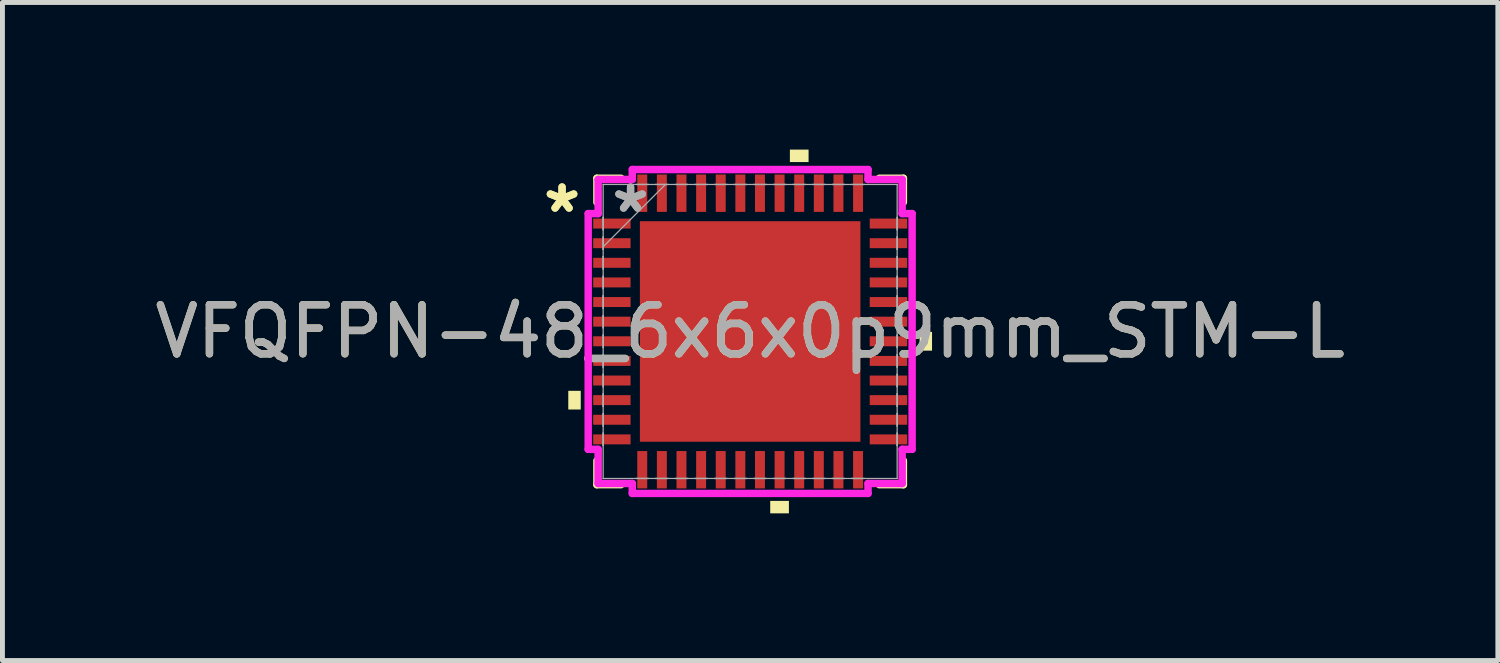
<source format=kicad_pcb>
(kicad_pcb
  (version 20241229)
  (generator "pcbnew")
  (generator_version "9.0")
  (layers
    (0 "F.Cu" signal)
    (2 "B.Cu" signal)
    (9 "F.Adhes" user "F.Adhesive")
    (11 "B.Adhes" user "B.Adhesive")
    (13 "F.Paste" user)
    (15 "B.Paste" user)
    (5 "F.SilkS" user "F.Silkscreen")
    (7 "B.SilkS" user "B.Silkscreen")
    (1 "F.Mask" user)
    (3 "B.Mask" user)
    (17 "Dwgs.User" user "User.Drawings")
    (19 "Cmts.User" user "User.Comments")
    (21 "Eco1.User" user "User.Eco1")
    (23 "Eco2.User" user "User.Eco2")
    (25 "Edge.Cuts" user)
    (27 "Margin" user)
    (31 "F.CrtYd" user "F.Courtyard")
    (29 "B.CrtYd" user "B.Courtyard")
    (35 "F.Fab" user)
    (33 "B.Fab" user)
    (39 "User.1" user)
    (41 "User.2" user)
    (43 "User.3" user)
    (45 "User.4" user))
  (footprint "VFQFPN-48_6x6x0p9mm_STM-L"
    (layer "F.Cu")
    (at 12.244 3.708)
    (property "Reference" "VFQFPN-48_6x6x0p9mm_STM-L" (at 0 0 0) (unlocked yes) (layer "F.SilkS") (effects (font (size 1 1) (thickness 0.15))))
    (attr smd)
    (fp_line (start -3.124 -3.124) (end -3.124 -2.634) (stroke (width 0.152) (type solid)) (layer "F.SilkS"))
    (fp_line (start -3.124 2.634) (end -3.124 3.124) (stroke (width 0.152) (type solid)) (layer "F.SilkS"))
    (fp_line (start -3.124 3.124) (end -2.634 3.124) (stroke (width 0.152) (type solid)) (layer "F.SilkS"))
    (fp_line (start -2.634 -3.124) (end -3.124 -3.124) (stroke (width 0.152) (type solid)) (layer "F.SilkS"))
    (fp_line (start 2.634 3.124) (end 3.124 3.124) (stroke (width 0.152) (type solid)) (layer "F.SilkS"))
    (fp_line (start 3.124 -3.124) (end 2.634 -3.124) (stroke (width 0.152) (type solid)) (layer "F.SilkS"))
    (fp_line (start 3.124 -2.634) (end 3.124 -3.124) (stroke (width 0.152) (type solid)) (layer "F.SilkS"))
    (fp_line (start 3.124 3.124) (end 3.124 2.634) (stroke (width 0.152) (type solid)) (layer "F.SilkS"))
    (fp_poly (pts (xy -3.708 1.21) (xy -3.708 1.591) (xy -3.454 1.591) (xy -3.454 1.21)) (stroke (width 0) (type solid)) (fill yes) (layer "F.SilkS"))
    (fp_poly (pts (xy 0.409 3.454) (xy 0.409 3.708) (xy 0.79 3.708) (xy 0.79 3.454)) (stroke (width 0) (type solid)) (fill yes) (layer "F.SilkS"))
    (fp_poly (pts (xy 0.81 -3.454) (xy 0.81 -3.708) (xy 1.191 -3.708) (xy 1.191 -3.454)) (stroke (width 0) (type solid)) (fill yes) (layer "F.SilkS"))
    (fp_poly (pts (xy 3.708 0.009) (xy 3.708 0.391) (xy 3.454 0.391) (xy 3.454 0.009)) (stroke (width 0) (type solid)) (fill yes) (layer "F.SilkS"))
    (fp_poly (pts (xy -2.148 -2.148) (xy -2.148 -0.849) (xy -0.849 -0.849) (xy -0.849 -2.148)) (stroke (width 0) (type solid)) (fill yes) (layer "F.Paste"))
    (fp_poly (pts (xy -2.148 -0.649) (xy -2.148 0.649) (xy -0.849 0.649) (xy -0.849 -0.649)) (stroke (width 0) (type solid)) (fill yes) (layer "F.Paste"))
    (fp_poly (pts (xy -2.148 0.849) (xy -2.148 2.148) (xy -0.849 2.148) (xy -0.849 0.849)) (stroke (width 0) (type solid)) (fill yes) (layer "F.Paste"))
    (fp_poly (pts (xy -0.649 -2.148) (xy -0.649 -0.849) (xy 0.649 -0.849) (xy 0.649 -2.148)) (stroke (width 0) (type solid)) (fill yes) (layer "F.Paste"))
    (fp_poly (pts (xy -0.649 -0.649) (xy -0.649 0.649) (xy 0.649 0.649) (xy 0.649 -0.649)) (stroke (width 0) (type solid)) (fill yes) (layer "F.Paste"))
    (fp_poly (pts (xy -0.649 0.849) (xy -0.649 2.148) (xy 0.649 2.148) (xy 0.649 0.849)) (stroke (width 0) (type solid)) (fill yes) (layer "F.Paste"))
    (fp_poly (pts (xy 0.849 -2.148) (xy 0.849 -0.849) (xy 2.148 -0.849) (xy 2.148 -2.148)) (stroke (width 0) (type solid)) (fill yes) (layer "F.Paste"))
    (fp_poly (pts (xy 0.849 -0.649) (xy 0.849 0.649) (xy 2.148 0.649) (xy 2.148 -0.649)) (stroke (width 0) (type solid)) (fill yes) (layer "F.Paste"))
    (fp_poly (pts (xy 0.849 0.849) (xy 0.849 2.148) (xy 2.148 2.148) (xy 2.148 0.849)) (stroke (width 0) (type solid)) (fill yes) (layer "F.Paste"))
    (fp_line (start -3.302 -2.403) (end -3.099 -2.403) (stroke (width 0.152) (type solid)) (layer "F.CrtYd"))
    (fp_line (start -3.302 2.403) (end -3.302 -2.403) (stroke (width 0.152) (type solid)) (layer "F.CrtYd"))
    (fp_line (start -3.099 -3.099) (end -2.403 -3.099) (stroke (width 0.152) (type solid)) (layer "F.CrtYd"))
    (fp_line (start -3.099 -2.403) (end -3.099 -3.099) (stroke (width 0.152) (type solid)) (layer "F.CrtYd"))
    (fp_line (start -3.099 2.403) (end -3.302 2.403) (stroke (width 0.152) (type solid)) (layer "F.CrtYd"))
    (fp_line (start -3.099 3.099) (end -3.099 2.403) (stroke (width 0.152) (type solid)) (layer "F.CrtYd"))
    (fp_line (start -2.403 -3.302) (end 2.403 -3.302) (stroke (width 0.152) (type solid)) (layer "F.CrtYd"))
    (fp_line (start -2.403 -3.099) (end -2.403 -3.302) (stroke (width 0.152) (type solid)) (layer "F.CrtYd"))
    (fp_line (start -2.403 3.099) (end -3.099 3.099) (stroke (width 0.152) (type solid)) (layer "F.CrtYd"))
    (fp_line (start -2.403 3.302) (end -2.403 3.099) (stroke (width 0.152) (type solid)) (layer "F.CrtYd"))
    (fp_line (start 2.403 -3.302) (end 2.403 -3.099) (stroke (width 0.152) (type solid)) (layer "F.CrtYd"))
    (fp_line (start 2.403 -3.099) (end 3.099 -3.099) (stroke (width 0.152) (type solid)) (layer "F.CrtYd"))
    (fp_line (start 2.403 3.099) (end 2.403 3.302) (stroke (width 0.152) (type solid)) (layer "F.CrtYd"))
    (fp_line (start 2.403 3.302) (end -2.403 3.302) (stroke (width 0.152) (type solid)) (layer "F.CrtYd"))
    (fp_line (start 3.099 -3.099) (end 3.099 -2.403) (stroke (width 0.152) (type solid)) (layer "F.CrtYd"))
    (fp_line (start 3.099 -2.403) (end 3.302 -2.403) (stroke (width 0.152) (type solid)) (layer "F.CrtYd"))
    (fp_line (start 3.099 2.403) (end 3.099 3.099) (stroke (width 0.152) (type solid)) (layer "F.CrtYd"))
    (fp_line (start 3.099 3.099) (end 2.403 3.099) (stroke (width 0.152) (type solid)) (layer "F.CrtYd"))
    (fp_line (start 3.302 -2.403) (end 3.302 2.403) (stroke (width 0.152) (type solid)) (layer "F.CrtYd"))
    (fp_line (start 3.302 2.403) (end 3.099 2.403) (stroke (width 0.152) (type solid)) (layer "F.CrtYd"))
    (fp_line (start -2.997 -2.997) (end -2.997 -2.997) (stroke (width 0.025) (type solid)) (layer "F.Fab"))
    (fp_line (start -2.997 -2.997) (end -2.997 2.997) (stroke (width 0.025) (type solid)) (layer "F.Fab"))
    (fp_line (start -2.997 -2.327) (end -2.997 -2.327) (stroke (width 0.025) (type solid)) (layer "F.Fab"))
    (fp_line (start -2.997 -2.327) (end -2.997 -2.073) (stroke (width 0.025) (type solid)) (layer "F.Fab"))
    (fp_line (start -2.997 -2.073) (end -2.997 -2.327) (stroke (width 0.025) (type solid)) (layer "F.Fab"))
    (fp_line (start -2.997 -2.073) (end -2.997 -2.073) (stroke (width 0.025) (type solid)) (layer "F.Fab"))
    (fp_line (start -2.997 -1.927) (end -2.997 -1.927) (stroke (width 0.025) (type solid)) (layer "F.Fab"))
    (fp_line (start -2.997 -1.927) (end -2.997 -1.673) (stroke (width 0.025) (type solid)) (layer "F.Fab"))
    (fp_line (start -2.997 -1.727) (end -1.727 -2.997) (stroke (width 0.025) (type solid)) (layer "F.Fab"))
    (fp_line (start -2.997 -1.673) (end -2.997 -1.927) (stroke (width 0.025) (type solid)) (layer "F.Fab"))
    (fp_line (start -2.997 -1.673) (end -2.997 -1.673) (stroke (width 0.025) (type solid)) (layer "F.Fab"))
    (fp_line (start -2.997 -1.527) (end -2.997 -1.527) (stroke (width 0.025) (type solid)) (layer "F.Fab"))
    (fp_line (start -2.997 -1.527) (end -2.997 -1.273) (stroke (width 0.025) (type solid)) (layer "F.Fab"))
    (fp_line (start -2.997 -1.273) (end -2.997 -1.527) (stroke (width 0.025) (type solid)) (layer "F.Fab"))
    (fp_line (start -2.997 -1.273) (end -2.997 -1.273) (stroke (width 0.025) (type solid)) (layer "F.Fab"))
    (fp_line (start -2.997 -1.127) (end -2.997 -1.127) (stroke (width 0.025) (type solid)) (layer "F.Fab"))
    (fp_line (start -2.997 -1.127) (end -2.997 -0.873) (stroke (width 0.025) (type solid)) (layer "F.Fab"))
    (fp_line (start -2.997 -0.873) (end -2.997 -1.127) (stroke (width 0.025) (type solid)) (layer "F.Fab"))
    (fp_line (start -2.997 -0.873) (end -2.997 -0.873) (stroke (width 0.025) (type solid)) (layer "F.Fab"))
    (fp_line (start -2.997 -0.727) (end -2.997 -0.727) (stroke (width 0.025) (type solid)) (layer "F.Fab"))
    (fp_line (start -2.997 -0.727) (end -2.997 -0.473) (stroke (width 0.025) (type solid)) (layer "F.Fab"))
    (fp_line (start -2.997 -0.473) (end -2.997 -0.727) (stroke (width 0.025) (type solid)) (layer "F.Fab"))
    (fp_line (start -2.997 -0.473) (end -2.997 -0.473) (stroke (width 0.025) (type solid)) (layer "F.Fab"))
    (fp_line (start -2.997 -0.327) (end -2.997 -0.327) (stroke (width 0.025) (type solid)) (layer "F.Fab"))
    (fp_line (start -2.997 -0.327) (end -2.997 -0.073) (stroke (width 0.025) (type solid)) (layer "F.Fab"))
    (fp_line (start -2.997 -0.073) (end -2.997 -0.327) (stroke (width 0.025) (type solid)) (layer "F.Fab"))
    (fp_line (start -2.997 -0.073) (end -2.997 -0.073) (stroke (width 0.025) (type solid)) (layer "F.Fab"))
    (fp_line (start -2.997 0.073) (end -2.997 0.073) (stroke (width 0.025) (type solid)) (layer "F.Fab"))
    (fp_line (start -2.997 0.073) (end -2.997 0.327) (stroke (width 0.025) (type solid)) (layer "F.Fab"))
    (fp_line (start -2.997 0.327) (end -2.997 0.073) (stroke (width 0.025) (type solid)) (layer "F.Fab"))
    (fp_line (start -2.997 0.327) (end -2.997 0.327) (stroke (width 0.025) (type solid)) (layer "F.Fab"))
    (fp_line (start -2.997 0.473) (end -2.997 0.473) (stroke (width 0.025) (type solid)) (layer "F.Fab"))
    (fp_line (start -2.997 0.473) (end -2.997 0.727) (stroke (width 0.025) (type solid)) (layer "F.Fab"))
    (fp_line (start -2.997 0.727) (end -2.997 0.473) (stroke (width 0.025) (type solid)) (layer "F.Fab"))
    (fp_line (start -2.997 0.727) (end -2.997 0.727) (stroke (width 0.025) (type solid)) (layer "F.Fab"))
    (fp_line (start -2.997 0.873) (end -2.997 0.873) (stroke (width 0.025) (type solid)) (layer "F.Fab"))
    (fp_line (start -2.997 0.873) (end -2.997 1.127) (stroke (width 0.025) (type solid)) (layer "F.Fab"))
    (fp_line (start -2.997 1.127) (end -2.997 0.873) (stroke (width 0.025) (type solid)) (layer "F.Fab"))
    (fp_line (start -2.997 1.127) (end -2.997 1.127) (stroke (width 0.025) (type solid)) (layer "F.Fab"))
    (fp_line (start -2.997 1.273) (end -2.997 1.273) (stroke (width 0.025) (type solid)) (layer "F.Fab"))
    (fp_line (start -2.997 1.273) (end -2.997 1.527) (stroke (width 0.025) (type solid)) (layer "F.Fab"))
    (fp_line (start -2.997 1.527) (end -2.997 1.273) (stroke (width 0.025) (type solid)) (layer "F.Fab"))
    (fp_line (start -2.997 1.527) (end -2.997 1.527) (stroke (width 0.025) (type solid)) (layer "F.Fab"))
    (fp_line (start -2.997 1.673) (end -2.997 1.673) (stroke (width 0.025) (type solid)) (layer "F.Fab"))
    (fp_line (start -2.997 1.673) (end -2.997 1.927) (stroke (width 0.025) (type solid)) (layer "F.Fab"))
    (fp_line (start -2.997 1.927) (end -2.997 1.673) (stroke (width 0.025) (type solid)) (layer "F.Fab"))
    (fp_line (start -2.997 1.927) (end -2.997 1.927) (stroke (width 0.025) (type solid)) (layer "F.Fab"))
    (fp_line (start -2.997 2.073) (end -2.997 2.073) (stroke (width 0.025) (type solid)) (layer "F.Fab"))
    (fp_line (start -2.997 2.073) (end -2.997 2.327) (stroke (width 0.025) (type solid)) (layer "F.Fab"))
    (fp_line (start -2.997 2.327) (end -2.997 2.073) (stroke (width 0.025) (type solid)) (layer "F.Fab"))
    (fp_line (start -2.997 2.327) (end -2.997 2.327) (stroke (width 0.025) (type solid)) (layer "F.Fab"))
    (fp_line (start -2.997 2.997) (end -2.997 2.997) (stroke (width 0.025) (type solid)) (layer "F.Fab"))
    (fp_line (start -2.997 2.997) (end 2.997 2.997) (stroke (width 0.025) (type solid)) (layer "F.Fab"))
    (fp_line (start -2.327 -2.997) (end -2.327 -2.997) (stroke (width 0.025) (type solid)) (layer "F.Fab"))
    (fp_line (start -2.327 -2.997) (end -2.073 -2.997) (stroke (width 0.025) (type solid)) (layer "F.Fab"))
    (fp_line (start -2.327 2.997) (end -2.327 2.997) (stroke (width 0.025) (type solid)) (layer "F.Fab"))
    (fp_line (start -2.327 2.997) (end -2.073 2.997) (stroke (width 0.025) (type solid)) (layer "F.Fab"))
    (fp_line (start -2.073 -2.997) (end -2.327 -2.997) (stroke (width 0.025) (type solid)) (layer "F.Fab"))
    (fp_line (start -2.073 -2.997) (end -2.073 -2.997) (stroke (width 0.025) (type solid)) (layer "F.Fab"))
    (fp_line (start -2.073 2.997) (end -2.327 2.997) (stroke (width 0.025) (type solid)) (layer "F.Fab"))
    (fp_line (start -2.073 2.997) (end -2.073 2.997) (stroke (width 0.025) (type solid)) (layer "F.Fab"))
    (fp_line (start -1.927 -2.997) (end -1.927 -2.997) (stroke (width 0.025) (type solid)) (layer "F.Fab"))
    (fp_line (start -1.927 -2.997) (end -1.673 -2.997) (stroke (width 0.025) (type solid)) (layer "F.Fab"))
    (fp_line (start -1.927 2.997) (end -1.927 2.997) (stroke (width 0.025) (type solid)) (layer "F.Fab"))
    (fp_line (start -1.927 2.997) (end -1.673 2.997) (stroke (width 0.025) (type solid)) (layer "F.Fab"))
    (fp_line (start -1.673 -2.997) (end -1.927 -2.997) (stroke (width 0.025) (type solid)) (layer "F.Fab"))
    (fp_line (start -1.673 -2.997) (end -1.673 -2.997) (stroke (width 0.025) (type solid)) (layer "F.Fab"))
    (fp_line (start -1.673 2.997) (end -1.927 2.997) (stroke (width 0.025) (type solid)) (layer "F.Fab"))
    (fp_line (start -1.673 2.997) (end -1.673 2.997) (stroke (width 0.025) (type solid)) (layer "F.Fab"))
    (fp_line (start -1.527 -2.997) (end -1.527 -2.997) (stroke (width 0.025) (type solid)) (layer "F.Fab"))
    (fp_line (start -1.527 -2.997) (end -1.273 -2.997) (stroke (width 0.025) (type solid)) (layer "F.Fab"))
    (fp_line (start -1.527 2.997) (end -1.527 2.997) (stroke (width 0.025) (type solid)) (layer "F.Fab"))
    (fp_line (start -1.527 2.997) (end -1.273 2.997) (stroke (width 0.025) (type solid)) (layer "F.Fab"))
    (fp_line (start -1.273 -2.997) (end -1.527 -2.997) (stroke (width 0.025) (type solid)) (layer "F.Fab"))
    (fp_line (start -1.273 -2.997) (end -1.273 -2.997) (stroke (width 0.025) (type solid)) (layer "F.Fab"))
    (fp_line (start -1.273 2.997) (end -1.527 2.997) (stroke (width 0.025) (type solid)) (layer "F.Fab"))
    (fp_line (start -1.273 2.997) (end -1.273 2.997) (stroke (width 0.025) (type solid)) (layer "F.Fab"))
    (fp_line (start -1.127 -2.997) (end -1.127 -2.997) (stroke (width 0.025) (type solid)) (layer "F.Fab"))
    (fp_line (start -1.127 -2.997) (end -0.873 -2.997) (stroke (width 0.025) (type solid)) (layer "F.Fab"))
    (fp_line (start -1.127 2.997) (end -1.127 2.997) (stroke (width 0.025) (type solid)) (layer "F.Fab"))
    (fp_line (start -1.127 2.997) (end -0.873 2.997) (stroke (width 0.025) (type solid)) (layer "F.Fab"))
    (fp_line (start -0.873 -2.997) (end -1.127 -2.997) (stroke (width 0.025) (type solid)) (layer "F.Fab"))
    (fp_line (start -0.873 -2.997) (end -0.873 -2.997) (stroke (width 0.025) (type solid)) (layer "F.Fab"))
    (fp_line (start -0.873 2.997) (end -1.127 2.997) (stroke (width 0.025) (type solid)) (layer "F.Fab"))
    (fp_line (start -0.873 2.997) (end -0.873 2.997) (stroke (width 0.025) (type solid)) (layer "F.Fab"))
    (fp_line (start -0.727 -2.997) (end -0.727 -2.997) (stroke (width 0.025) (type solid)) (layer "F.Fab"))
    (fp_line (start -0.727 -2.997) (end -0.473 -2.997) (stroke (width 0.025) (type solid)) (layer "F.Fab"))
    (fp_line (start -0.727 2.997) (end -0.727 2.997) (stroke (width 0.025) (type solid)) (layer "F.Fab"))
    (fp_line (start -0.727 2.997) (end -0.473 2.997) (stroke (width 0.025) (type solid)) (layer "F.Fab"))
    (fp_line (start -0.473 -2.997) (end -0.727 -2.997) (stroke (width 0.025) (type solid)) (layer "F.Fab"))
    (fp_line (start -0.473 -2.997) (end -0.473 -2.997) (stroke (width 0.025) (type solid)) (layer "F.Fab"))
    (fp_line (start -0.473 2.997) (end -0.727 2.997) (stroke (width 0.025) (type solid)) (layer "F.Fab"))
    (fp_line (start -0.473 2.997) (end -0.473 2.997) (stroke (width 0.025) (type solid)) (layer "F.Fab"))
    (fp_line (start -0.327 -2.997) (end -0.327 -2.997) (stroke (width 0.025) (type solid)) (layer "F.Fab"))
    (fp_line (start -0.327 -2.997) (end -0.073 -2.997) (stroke (width 0.025) (type solid)) (layer "F.Fab"))
    (fp_line (start -0.327 2.997) (end -0.327 2.997) (stroke (width 0.025) (type solid)) (layer "F.Fab"))
    (fp_line (start -0.327 2.997) (end -0.073 2.997) (stroke (width 0.025) (type solid)) (layer "F.Fab"))
    (fp_line (start -0.073 -2.997) (end -0.327 -2.997) (stroke (width 0.025) (type solid)) (layer "F.Fab"))
    (fp_line (start -0.073 -2.997) (end -0.073 -2.997) (stroke (width 0.025) (type solid)) (layer "F.Fab"))
    (fp_line (start -0.073 2.997) (end -0.327 2.997) (stroke (width 0.025) (type solid)) (layer "F.Fab"))
    (fp_line (start -0.073 2.997) (end -0.073 2.997) (stroke (width 0.025) (type solid)) (layer "F.Fab"))
    (fp_line (start 0.073 -2.997) (end 0.073 -2.997) (stroke (width 0.025) (type solid)) (layer "F.Fab"))
    (fp_line (start 0.073 -2.997) (end 0.327 -2.997) (stroke (width 0.025) (type solid)) (layer "F.Fab"))
    (fp_line (start 0.073 2.997) (end 0.073 2.997) (stroke (width 0.025) (type solid)) (layer "F.Fab"))
    (fp_line (start 0.073 2.997) (end 0.327 2.997) (stroke (width 0.025) (type solid)) (layer "F.Fab"))
    (fp_line (start 0.327 -2.997) (end 0.073 -2.997) (stroke (width 0.025) (type solid)) (layer "F.Fab"))
    (fp_line (start 0.327 -2.997) (end 0.327 -2.997) (stroke (width 0.025) (type solid)) (layer "F.Fab"))
    (fp_line (start 0.327 2.997) (end 0.073 2.997) (stroke (width 0.025) (type solid)) (layer "F.Fab"))
    (fp_line (start 0.327 2.997) (end 0.327 2.997) (stroke (width 0.025) (type solid)) (layer "F.Fab"))
    (fp_line (start 0.473 -2.997) (end 0.473 -2.997) (stroke (width 0.025) (type solid)) (layer "F.Fab"))
    (fp_line (start 0.473 -2.997) (end 0.727 -2.997) (stroke (width 0.025) (type solid)) (layer "F.Fab"))
    (fp_line (start 0.473 2.997) (end 0.473 2.997) (stroke (width 0.025) (type solid)) (layer "F.Fab"))
    (fp_line (start 0.473 2.997) (end 0.727 2.997) (stroke (width 0.025) (type solid)) (layer "F.Fab"))
    (fp_line (start 0.727 -2.997) (end 0.473 -2.997) (stroke (width 0.025) (type solid)) (layer "F.Fab"))
    (fp_line (start 0.727 -2.997) (end 0.727 -2.997) (stroke (width 0.025) (type solid)) (layer "F.Fab"))
    (fp_line (start 0.727 2.997) (end 0.473 2.997) (stroke (width 0.025) (type solid)) (layer "F.Fab"))
    (fp_line (start 0.727 2.997) (end 0.727 2.997) (stroke (width 0.025) (type solid)) (layer "F.Fab"))
    (fp_line (start 0.873 -2.997) (end 0.873 -2.997) (stroke (width 0.025) (type solid)) (layer "F.Fab"))
    (fp_line (start 0.873 -2.997) (end 1.127 -2.997) (stroke (width 0.025) (type solid)) (layer "F.Fab"))
    (fp_line (start 0.873 2.997) (end 0.873 2.997) (stroke (width 0.025) (type solid)) (layer "F.Fab"))
    (fp_line (start 0.873 2.997) (end 1.127 2.997) (stroke (width 0.025) (type solid)) (layer "F.Fab"))
    (fp_line (start 1.127 -2.997) (end 0.873 -2.997) (stroke (width 0.025) (type solid)) (layer "F.Fab"))
    (fp_line (start 1.127 -2.997) (end 1.127 -2.997) (stroke (width 0.025) (type solid)) (layer "F.Fab"))
    (fp_line (start 1.127 2.997) (end 0.873 2.997) (stroke (width 0.025) (type solid)) (layer "F.Fab"))
    (fp_line (start 1.127 2.997) (end 1.127 2.997) (stroke (width 0.025) (type solid)) (layer "F.Fab"))
    (fp_line (start 1.273 -2.997) (end 1.273 -2.997) (stroke (width 0.025) (type solid)) (layer "F.Fab"))
    (fp_line (start 1.273 -2.997) (end 1.527 -2.997) (stroke (width 0.025) (type solid)) (layer "F.Fab"))
    (fp_line (start 1.273 2.997) (end 1.273 2.997) (stroke (width 0.025) (type solid)) (layer "F.Fab"))
    (fp_line (start 1.273 2.997) (end 1.527 2.997) (stroke (width 0.025) (type solid)) (layer "F.Fab"))
    (fp_line (start 1.527 -2.997) (end 1.273 -2.997) (stroke (width 0.025) (type solid)) (layer "F.Fab"))
    (fp_line (start 1.527 -2.997) (end 1.527 -2.997) (stroke (width 0.025) (type solid)) (layer "F.Fab"))
    (fp_line (start 1.527 2.997) (end 1.273 2.997) (stroke (width 0.025) (type solid)) (layer "F.Fab"))
    (fp_line (start 1.527 2.997) (end 1.527 2.997) (stroke (width 0.025) (type solid)) (layer "F.Fab"))
    (fp_line (start 1.673 -2.997) (end 1.673 -2.997) (stroke (width 0.025) (type solid)) (layer "F.Fab"))
    (fp_line (start 1.673 -2.997) (end 1.927 -2.997) (stroke (width 0.025) (type solid)) (layer "F.Fab"))
    (fp_line (start 1.673 2.997) (end 1.673 2.997) (stroke (width 0.025) (type solid)) (layer "F.Fab"))
    (fp_line (start 1.673 2.997) (end 1.927 2.997) (stroke (width 0.025) (type solid)) (layer "F.Fab"))
    (fp_line (start 1.927 -2.997) (end 1.673 -2.997) (stroke (width 0.025) (type solid)) (layer "F.Fab"))
    (fp_line (start 1.927 -2.997) (end 1.927 -2.997) (stroke (width 0.025) (type solid)) (layer "F.Fab"))
    (fp_line (start 1.927 2.997) (end 1.673 2.997) (stroke (width 0.025) (type solid)) (layer "F.Fab"))
    (fp_line (start 1.927 2.997) (end 1.927 2.997) (stroke (width 0.025) (type solid)) (layer "F.Fab"))
    (fp_line (start 2.073 -2.997) (end 2.073 -2.997) (stroke (width 0.025) (type solid)) (layer "F.Fab"))
    (fp_line (start 2.073 -2.997) (end 2.327 -2.997) (stroke (width 0.025) (type solid)) (layer "F.Fab"))
    (fp_line (start 2.073 2.997) (end 2.073 2.997) (stroke (width 0.025) (type solid)) (layer "F.Fab"))
    (fp_line (start 2.073 2.997) (end 2.327 2.997) (stroke (width 0.025) (type solid)) (layer "F.Fab"))
    (fp_line (start 2.327 -2.997) (end 2.073 -2.997) (stroke (width 0.025) (type solid)) (layer "F.Fab"))
    (fp_line (start 2.327 -2.997) (end 2.327 -2.997) (stroke (width 0.025) (type solid)) (layer "F.Fab"))
    (fp_line (start 2.327 2.997) (end 2.073 2.997) (stroke (width 0.025) (type solid)) (layer "F.Fab"))
    (fp_line (start 2.327 2.997) (end 2.327 2.997) (stroke (width 0.025) (type solid)) (layer "F.Fab"))
    (fp_line (start 2.997 -2.997) (end -2.997 -2.997) (stroke (width 0.025) (type solid)) (layer "F.Fab"))
    (fp_line (start 2.997 -2.997) (end 2.997 -2.997) (stroke (width 0.025) (type solid)) (layer "F.Fab"))
    (fp_line (start 2.997 -2.327) (end 2.997 -2.327) (stroke (width 0.025) (type solid)) (layer "F.Fab"))
    (fp_line (start 2.997 -2.327) (end 2.997 -2.073) (stroke (width 0.025) (type solid)) (layer "F.Fab"))
    (fp_line (start 2.997 -2.073) (end 2.997 -2.327) (stroke (width 0.025) (type solid)) (layer "F.Fab"))
    (fp_line (start 2.997 -2.073) (end 2.997 -2.073) (stroke (width 0.025) (type solid)) (layer "F.Fab"))
    (fp_line (start 2.997 -1.927) (end 2.997 -1.927) (stroke (width 0.025) (type solid)) (layer "F.Fab"))
    (fp_line (start 2.997 -1.927) (end 2.997 -1.673) (stroke (width 0.025) (type solid)) (layer "F.Fab"))
    (fp_line (start 2.997 -1.673) (end 2.997 -1.927) (stroke (width 0.025) (type solid)) (layer "F.Fab"))
    (fp_line (start 2.997 -1.673) (end 2.997 -1.673) (stroke (width 0.025) (type solid)) (layer "F.Fab"))
    (fp_line (start 2.997 -1.527) (end 2.997 -1.527) (stroke (width 0.025) (type solid)) (layer "F.Fab"))
    (fp_line (start 2.997 -1.527) (end 2.997 -1.273) (stroke (width 0.025) (type solid)) (layer "F.Fab"))
    (fp_line (start 2.997 -1.273) (end 2.997 -1.527) (stroke (width 0.025) (type solid)) (layer "F.Fab"))
    (fp_line (start 2.997 -1.273) (end 2.997 -1.273) (stroke (width 0.025) (type solid)) (layer "F.Fab"))
    (fp_line (start 2.997 -1.127) (end 2.997 -1.127) (stroke (width 0.025) (type solid)) (layer "F.Fab"))
    (fp_line (start 2.997 -1.127) (end 2.997 -0.873) (stroke (width 0.025) (type solid)) (layer "F.Fab"))
    (fp_line (start 2.997 -0.873) (end 2.997 -1.127) (stroke (width 0.025) (type solid)) (layer "F.Fab"))
    (fp_line (start 2.997 -0.873) (end 2.997 -0.873) (stroke (width 0.025) (type solid)) (layer "F.Fab"))
    (fp_line (start 2.997 -0.727) (end 2.997 -0.727) (stroke (width 0.025) (type solid)) (layer "F.Fab"))
    (fp_line (start 2.997 -0.727) (end 2.997 -0.473) (stroke (width 0.025) (type solid)) (layer "F.Fab"))
    (fp_line (start 2.997 -0.473) (end 2.997 -0.727) (stroke (width 0.025) (type solid)) (layer "F.Fab"))
    (fp_line (start 2.997 -0.473) (end 2.997 -0.473) (stroke (width 0.025) (type solid)) (layer "F.Fab"))
    (fp_line (start 2.997 -0.327) (end 2.997 -0.327) (stroke (width 0.025) (type solid)) (layer "F.Fab"))
    (fp_line (start 2.997 -0.327) (end 2.997 -0.073) (stroke (width 0.025) (type solid)) (layer "F.Fab"))
    (fp_line (start 2.997 -0.073) (end 2.997 -0.327) (stroke (width 0.025) (type solid)) (layer "F.Fab"))
    (fp_line (start 2.997 -0.073) (end 2.997 -0.073) (stroke (width 0.025) (type solid)) (layer "F.Fab"))
    (fp_line (start 2.997 0.073) (end 2.997 0.073) (stroke (width 0.025) (type solid)) (layer "F.Fab"))
    (fp_line (start 2.997 0.073) (end 2.997 0.327) (stroke (width 0.025) (type solid)) (layer "F.Fab"))
    (fp_line (start 2.997 0.327) (end 2.997 0.073) (stroke (width 0.025) (type solid)) (layer "F.Fab"))
    (fp_line (start 2.997 0.327) (end 2.997 0.327) (stroke (width 0.025) (type solid)) (layer "F.Fab"))
    (fp_line (start 2.997 0.473) (end 2.997 0.473) (stroke (width 0.025) (type solid)) (layer "F.Fab"))
    (fp_line (start 2.997 0.473) (end 2.997 0.727) (stroke (width 0.025) (type solid)) (layer "F.Fab"))
    (fp_line (start 2.997 0.727) (end 2.997 0.473) (stroke (width 0.025) (type solid)) (layer "F.Fab"))
    (fp_line (start 2.997 0.727) (end 2.997 0.727) (stroke (width 0.025) (type solid)) (layer "F.Fab"))
    (fp_line (start 2.997 0.873) (end 2.997 0.873) (stroke (width 0.025) (type solid)) (layer "F.Fab"))
    (fp_line (start 2.997 0.873) (end 2.997 1.127) (stroke (width 0.025) (type solid)) (layer "F.Fab"))
    (fp_line (start 2.997 1.127) (end 2.997 0.873) (stroke (width 0.025) (type solid)) (layer "F.Fab"))
    (fp_line (start 2.997 1.127) (end 2.997 1.127) (stroke (width 0.025) (type solid)) (layer "F.Fab"))
    (fp_line (start 2.997 1.273) (end 2.997 1.273) (stroke (width 0.025) (type solid)) (layer "F.Fab"))
    (fp_line (start 2.997 1.273) (end 2.997 1.527) (stroke (width 0.025) (type solid)) (layer "F.Fab"))
    (fp_line (start 2.997 1.527) (end 2.997 1.273) (stroke (width 0.025) (type solid)) (layer "F.Fab"))
    (fp_line (start 2.997 1.527) (end 2.997 1.527) (stroke (width 0.025) (type solid)) (layer "F.Fab"))
    (fp_line (start 2.997 1.673) (end 2.997 1.673) (stroke (width 0.025) (type solid)) (layer "F.Fab"))
    (fp_line (start 2.997 1.673) (end 2.997 1.927) (stroke (width 0.025) (type solid)) (layer "F.Fab"))
    (fp_line (start 2.997 1.927) (end 2.997 1.673) (stroke (width 0.025) (type solid)) (layer "F.Fab"))
    (fp_line (start 2.997 1.927) (end 2.997 1.927) (stroke (width 0.025) (type solid)) (layer "F.Fab"))
    (fp_line (start 2.997 2.073) (end 2.997 2.073) (stroke (width 0.025) (type solid)) (layer "F.Fab"))
    (fp_line (start 2.997 2.073) (end 2.997 2.327) (stroke (width 0.025) (type solid)) (layer "F.Fab"))
    (fp_line (start 2.997 2.327) (end 2.997 2.073) (stroke (width 0.025) (type solid)) (layer "F.Fab"))
    (fp_line (start 2.997 2.327) (end 2.997 2.327) (stroke (width 0.025) (type solid)) (layer "F.Fab"))
    (fp_line (start 2.997 2.997) (end 2.997 -2.997) (stroke (width 0.025) (type solid)) (layer "F.Fab"))
    (fp_line (start 2.997 2.997) (end 2.997 2.997) (stroke (width 0.025) (type solid)) (layer "F.Fab"))
    (fp_text user "*" (at -3.835 -2.4 0) (layer "F.SilkS") (effects (font (size 1 1) (thickness 0.15))))
    (fp_text user "*" (at -3.835 -2.4 0) (unlocked yes) (layer "F.SilkS") (effects (font (size 1 1) (thickness 0.15))))
    (fp_text user "*" (at -2.438 -2.4 0) (layer "F.Fab") (effects (font (size 1 1) (thickness 0.15))))
    (fp_text user "*" (at -2.438 -2.4 0) (unlocked yes) (layer "F.Fab") (effects (font (size 1 1) (thickness 0.15))))
    (fp_text user "${REFERENCE}" (at 0 0 0) (unlocked yes) (layer "F.Fab") (effects (font (size 1 1) (thickness 0.15))))
    (pad "1" smd rect (at -2.819 -2.2 90) (size 0.203 0.762) (layers "F.Cu" "F.Mask" "F.Paste"))
    (pad "2" smd rect (at -2.819 -1.8 90) (size 0.203 0.762) (layers "F.Cu" "F.Mask" "F.Paste"))
    (pad "3" smd rect (at -2.819 -1.4 90) (size 0.203 0.762) (layers "F.Cu" "F.Mask" "F.Paste"))
    (pad "4" smd rect (at -2.819 -1 90) (size 0.203 0.762) (layers "F.Cu" "F.Mask" "F.Paste"))
    (pad "5" smd rect (at -2.819 -0.6 90) (size 0.203 0.762) (layers "F.Cu" "F.Mask" "F.Paste"))
    (pad "6" smd rect (at -2.819 -0.2 90) (size 0.203 0.762) (layers "F.Cu" "F.Mask" "F.Paste"))
    (pad "7" smd rect (at -2.819 0.2 90) (size 0.203 0.762) (layers "F.Cu" "F.Mask" "F.Paste"))
    (pad "8" smd rect (at -2.819 0.6 90) (size 0.203 0.762) (layers "F.Cu" "F.Mask" "F.Paste"))
    (pad "9" smd rect (at -2.819 1 90) (size 0.203 0.762) (layers "F.Cu" "F.Mask" "F.Paste"))
    (pad "10" smd rect (at -2.819 1.4 90) (size 0.203 0.762) (layers "F.Cu" "F.Mask" "F.Paste"))
    (pad "11" smd rect (at -2.819 1.8 90) (size 0.203 0.762) (layers "F.Cu" "F.Mask" "F.Paste"))
    (pad "12" smd rect (at -2.819 2.2 90) (size 0.203 0.762) (layers "F.Cu" "F.Mask" "F.Paste"))
    (pad "13" smd rect (at -2.2 2.819) (size 0.203 0.762) (layers "F.Cu" "F.Mask" "F.Paste"))
    (pad "14" smd rect (at -1.8 2.819) (size 0.203 0.762) (layers "F.Cu" "F.Mask" "F.Paste"))
    (pad "15" smd rect (at -1.4 2.819) (size 0.203 0.762) (layers "F.Cu" "F.Mask" "F.Paste"))
    (pad "16" smd rect (at -1 2.819) (size 0.203 0.762) (layers "F.Cu" "F.Mask" "F.Paste"))
    (pad "17" smd rect (at -0.6 2.819) (size 0.203 0.762) (layers "F.Cu" "F.Mask" "F.Paste"))
    (pad "18" smd rect (at -0.2 2.819) (size 0.203 0.762) (layers "F.Cu" "F.Mask" "F.Paste"))
    (pad "19" smd rect (at 0.2 2.819) (size 0.203 0.762) (layers "F.Cu" "F.Mask" "F.Paste"))
    (pad "20" smd rect (at 0.6 2.819) (size 0.203 0.762) (layers "F.Cu" "F.Mask" "F.Paste"))
    (pad "21" smd rect (at 1 2.819) (size 0.203 0.762) (layers "F.Cu" "F.Mask" "F.Paste"))
    (pad "22" smd rect (at 1.4 2.819) (size 0.203 0.762) (layers "F.Cu" "F.Mask" "F.Paste"))
    (pad "23" smd rect (at 1.8 2.819) (size 0.203 0.762) (layers "F.Cu" "F.Mask" "F.Paste"))
    (pad "24" smd rect (at 2.2 2.819) (size 0.203 0.762) (layers "F.Cu" "F.Mask" "F.Paste"))
    (pad "25" smd rect (at 2.819 2.2 90) (size 0.203 0.762) (layers "F.Cu" "F.Mask" "F.Paste"))
    (pad "26" smd rect (at 2.819 1.8 90) (size 0.203 0.762) (layers "F.Cu" "F.Mask" "F.Paste"))
    (pad "27" smd rect (at 2.819 1.4 90) (size 0.203 0.762) (layers "F.Cu" "F.Mask" "F.Paste"))
    (pad "28" smd rect (at 2.819 1 90) (size 0.203 0.762) (layers "F.Cu" "F.Mask" "F.Paste"))
    (pad "29" smd rect (at 2.819 0.6 90) (size 0.203 0.762) (layers "F.Cu" "F.Mask" "F.Paste"))
    (pad "30" smd rect (at 2.819 0.2 90) (size 0.203 0.762) (layers "F.Cu" "F.Mask" "F.Paste"))
    (pad "31" smd rect (at 2.819 -0.2 90) (size 0.203 0.762) (layers "F.Cu" "F.Mask" "F.Paste"))
    (pad "32" smd rect (at 2.819 -0.6 90) (size 0.203 0.762) (layers "F.Cu" "F.Mask" "F.Paste"))
    (pad "33" smd rect (at 2.819 -1 90) (size 0.203 0.762) (layers "F.Cu" "F.Mask" "F.Paste"))
    (pad "34" smd rect (at 2.819 -1.4 90) (size 0.203 0.762) (layers "F.Cu" "F.Mask" "F.Paste"))
    (pad "35" smd rect (at 2.819 -1.8 90) (size 0.203 0.762) (layers "F.Cu" "F.Mask" "F.Paste"))
    (pad "36" smd rect (at 2.819 -2.2 90) (size 0.203 0.762) (layers "F.Cu" "F.Mask" "F.Paste"))
    (pad "37" smd rect (at 2.2 -2.819) (size 0.203 0.762) (layers "F.Cu" "F.Mask" "F.Paste"))
    (pad "38" smd rect (at 1.8 -2.819) (size 0.203 0.762) (layers "F.Cu" "F.Mask" "F.Paste"))
    (pad "39" smd rect (at 1.4 -2.819) (size 0.203 0.762) (layers "F.Cu" "F.Mask" "F.Paste"))
    (pad "40" smd rect (at 1 -2.819) (size 0.203 0.762) (layers "F.Cu" "F.Mask" "F.Paste"))
    (pad "41" smd rect (at 0.6 -2.819) (size 0.203 0.762) (layers "F.Cu" "F.Mask" "F.Paste"))
    (pad "42" smd rect (at 0.2 -2.819) (size 0.203 0.762) (layers "F.Cu" "F.Mask" "F.Paste"))
    (pad "43" smd rect (at -0.2 -2.819) (size 0.203 0.762) (layers "F.Cu" "F.Mask" "F.Paste"))
    (pad "44" smd rect (at -0.6 -2.819) (size 0.203 0.762) (layers "F.Cu" "F.Mask" "F.Paste"))
    (pad "45" smd rect (at -1 -2.819) (size 0.203 0.762) (layers "F.Cu" "F.Mask" "F.Paste"))
    (pad "46" smd rect (at -1.4 -2.819) (size 0.203 0.762) (layers "F.Cu" "F.Mask" "F.Paste"))
    (pad "47" smd rect (at -1.8 -2.819) (size 0.203 0.762) (layers "F.Cu" "F.Mask" "F.Paste"))
    (pad "48" smd rect (at -2.2 -2.819) (size 0.203 0.762) (layers "F.Cu" "F.Mask" "F.Paste"))
    (pad "49" smd rect (at 0 0) (size 4.496 4.496) (layers "F.Cu" "F.Mask" "F.Paste")))
  (gr_rect
    (start -3 -3)
    (end 27.488 10.417)
    (stroke (width 0.1) (type default))
    (fill no)
    (layer "Edge.Cuts")))
</source>
